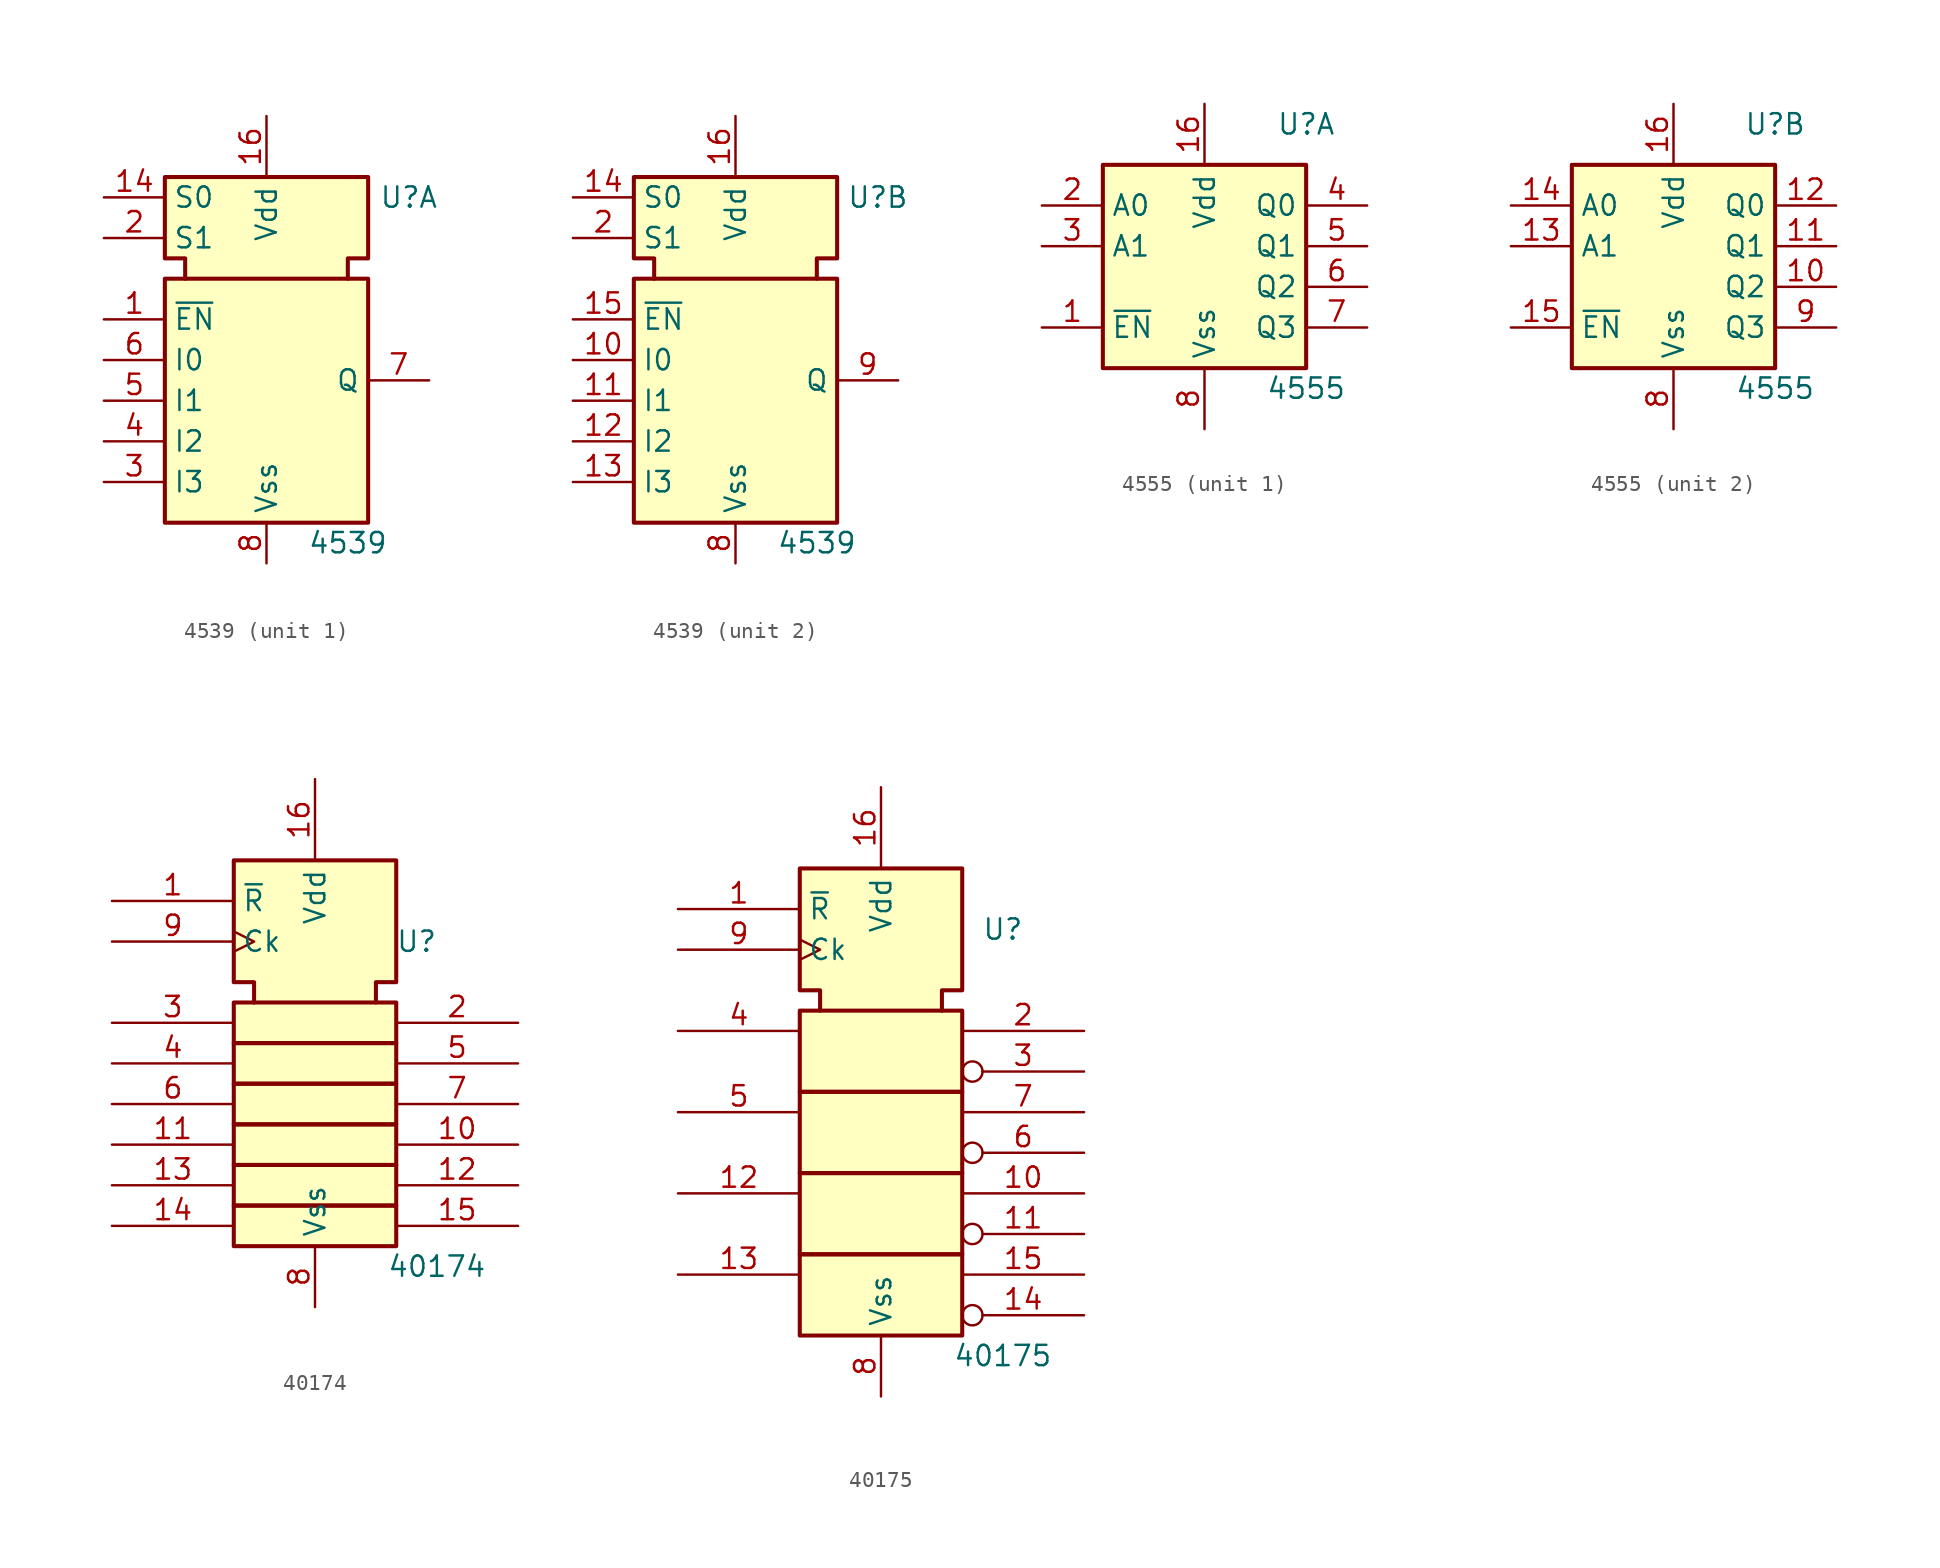
<source format=kicad_sym>
(kicad_symbol_lib
  (version 20241209)
  (generator "kicad_symbol_editor")
  (generator_version "9.0")
  (symbol "4539"
    (property "Reference" "U"
      (at 8.89 10.16 0)
      (effects (font (size 1.27 1.27))))
    (property "Value" "4539"
      (at 5.08 -11.43 0)
      (effects (font (size 1.27 1.27))))
    (symbol "4539_0_1"
      (rectangle (start -6.35 5.08) (end 6.35 -10.16) (stroke (width 0.254) (type default)) (fill (type background)))
      (polyline (pts (xy -5.08 5.08) (xy -5.08 6.35) (xy -6.35 6.35) (xy -6.35 11.43) (xy 6.35 11.43) (xy 6.35 6.35) (xy 5.08 6.35) (xy 5.08 5.08) (xy 5.08 5.08)) (stroke (width 0.254) (type default)) (fill (type background)))
      (pin input line (at -10.16 10.16 0) (length 3.81) (name "S0" (effects (font (size 1.27 1.27)))) (number "14" (effects (font (size 1.27 1.27)))))
      (pin input line (at -10.16 7.62 0) (length 3.81) (name "S1" (effects (font (size 1.27 1.27)))) (number "2" (effects (font (size 1.27 1.27)))))
      (pin power_in line (at 0 15.24 270) (length 3.81) (name "Vdd" (effects (font (size 1.27 1.27)))) (number "16" (effects (font (size 1.27 1.27)))))
      (pin power_in line (at 0 -12.7 90) (length 2.54) (name "Vss" (effects (font (size 1.27 1.27)))) (number "8" (effects (font (size 1.27 1.27))))))
    (symbol "4539_1_1"
      (pin input line (at -10.16 2.54 0) (length 3.81) (name "~{EN}" (effects (font (size 1.27 1.27)))) (number "1" (effects (font (size 1.27 1.27)))))
      (pin input line (at -10.16 0 0) (length 3.81) (name "I0" (effects (font (size 1.27 1.27)))) (number "6" (effects (font (size 1.27 1.27)))))
      (pin input line (at -10.16 -2.54 0) (length 3.81) (name "I1" (effects (font (size 1.27 1.27)))) (number "5" (effects (font (size 1.27 1.27)))))
      (pin input line (at -10.16 -5.08 0) (length 3.81) (name "I2" (effects (font (size 1.27 1.27)))) (number "4" (effects (font (size 1.27 1.27)))))
      (pin input line (at -10.16 -7.62 0) (length 3.81) (name "I3" (effects (font (size 1.27 1.27)))) (number "3" (effects (font (size 1.27 1.27)))))
      (pin output line (at 10.16 -1.27 180) (length 3.81) (name "Q" (effects (font (size 1.27 1.27)))) (number "7" (effects (font (size 1.27 1.27))))))
    (symbol "4539_2_1"
      (pin input line (at -10.16 2.54 0) (length 3.81) (name "~{EN}" (effects (font (size 1.27 1.27)))) (number "15" (effects (font (size 1.27 1.27)))))
      (pin input line (at -10.16 0 0) (length 3.81) (name "I0" (effects (font (size 1.27 1.27)))) (number "10" (effects (font (size 1.27 1.27)))))
      (pin input line (at -10.16 -2.54 0) (length 3.81) (name "I1" (effects (font (size 1.27 1.27)))) (number "11" (effects (font (size 1.27 1.27)))))
      (pin input line (at -10.16 -5.08 0) (length 3.81) (name "I2" (effects (font (size 1.27 1.27)))) (number "12" (effects (font (size 1.27 1.27)))))
      (pin input line (at -10.16 -7.62 0) (length 3.81) (name "I3" (effects (font (size 1.27 1.27)))) (number "13" (effects (font (size 1.27 1.27)))))
      (pin output line (at 10.16 -1.27 180) (length 3.81) (name "Q" (effects (font (size 1.27 1.27)))) (number "9" (effects (font (size 1.27 1.27)))))))
  (symbol "4555"
    (property "Reference" "U"
      (at 6.35 8.89 0)
      (effects (font (size 1.27 1.27))))
    (property "Value" "4555"
      (at 6.35 -7.62 0)
      (effects (font (size 1.27 1.27))))
    (symbol "4555_0_1"
      (rectangle (start -6.35 6.35) (end 6.35 -6.35) (stroke (width 0.254) (type default)) (fill (type background)))
      (pin power_in line (at 0 10.16 270) (length 3.81) (name "Vdd" (effects (font (size 1.27 1.27)))) (number "16" (effects (font (size 1.27 1.27)))))
      (pin power_in line (at 0 -10.16 90) (length 3.81) (name "Vss" (effects (font (size 1.27 1.27)))) (number "8" (effects (font (size 1.27 1.27))))))
    (symbol "4555_1_1"
      (pin input line (at -10.16 3.81 0) (length 3.81) (name "A0" (effects (font (size 1.27 1.27)))) (number "2" (effects (font (size 1.27 1.27)))))
      (pin input line (at -10.16 1.27 0) (length 3.81) (name "A1" (effects (font (size 1.27 1.27)))) (number "3" (effects (font (size 1.27 1.27)))))
      (pin input line (at -10.16 -3.81 0) (length 3.81) (name "~{EN}" (effects (font (size 1.27 1.27)))) (number "1" (effects (font (size 1.27 1.27)))))
      (pin output line (at 10.16 3.81 180) (length 3.81) (name "Q0" (effects (font (size 1.27 1.27)))) (number "4" (effects (font (size 1.27 1.27)))))
      (pin output line (at 10.16 1.27 180) (length 3.81) (name "Q1" (effects (font (size 1.27 1.27)))) (number "5" (effects (font (size 1.27 1.27)))))
      (pin output line (at 10.16 -1.27 180) (length 3.81) (name "Q2" (effects (font (size 1.27 1.27)))) (number "6" (effects (font (size 1.27 1.27)))))
      (pin output line (at 10.16 -3.81 180) (length 3.81) (name "Q3" (effects (font (size 1.27 1.27)))) (number "7" (effects (font (size 1.27 1.27))))))
    (symbol "4555_2_1"
      (pin input line (at -10.16 3.81 0) (length 3.81) (name "A0" (effects (font (size 1.27 1.27)))) (number "14" (effects (font (size 1.27 1.27)))))
      (pin input line (at -10.16 1.27 0) (length 3.81) (name "A1" (effects (font (size 1.27 1.27)))) (number "13" (effects (font (size 1.27 1.27)))))
      (pin input line (at -10.16 -3.81 0) (length 3.81) (name "~{EN}" (effects (font (size 1.27 1.27)))) (number "15" (effects (font (size 1.27 1.27)))))
      (pin output line (at 10.16 3.81 180) (length 3.81) (name "Q0" (effects (font (size 1.27 1.27)))) (number "12" (effects (font (size 1.27 1.27)))))
      (pin output line (at 10.16 1.27 180) (length 3.81) (name "Q1" (effects (font (size 1.27 1.27)))) (number "11" (effects (font (size 1.27 1.27)))))
      (pin output line (at 10.16 -1.27 180) (length 3.81) (name "Q2" (effects (font (size 1.27 1.27)))) (number "10" (effects (font (size 1.27 1.27)))))
      (pin output line (at 10.16 -3.81 180) (length 3.81) (name "Q3" (effects (font (size 1.27 1.27)))) (number "9" (effects (font (size 1.27 1.27)))))))
  (symbol "40174"
    (property "Reference" "U"
      (at 6.35 7.62 0)
      (effects (font (size 1.27 1.27))))
    (property "Value" "40174"
      (at 7.62 -12.7 0)
      (effects (font (size 1.27 1.27))))
    (symbol "40174_0_0"
      (pin input line (at -12.7 10.16 0) (length 7.62) (name "~{R}" (effects (font (size 1.27 1.27)))) (number "1" (effects (font (size 1.27 1.27)))))
      (pin input clock (at -12.7 7.62 0) (length 7.62) (name "Ck" (effects (font (size 1.27 1.27)))) (number "9" (effects (font (size 1.27 1.27)))))
      (pin power_in line (at 0 17.78 270) (length 5.08) (name "Vdd" (effects (font (size 1.27 1.27)))) (number "16" (effects (font (size 1.27 1.27)))))
      (pin power_in line (at 0 -15.24 90) (length 3.81) (name "Vss" (effects (font (size 1.27 1.27)))) (number "8" (effects (font (size 1.27 1.27))))))
    (symbol "40174_0_1"
      (rectangle (start -5.08 3.81) (end 5.08 1.27) (stroke (width 0.254) (type default)) (fill (type background)))
      (rectangle (start -5.08 1.27) (end 5.08 -1.27) (stroke (width 0.254) (type default)) (fill (type background)))
      (rectangle (start -5.08 -1.27) (end 5.08 -3.81) (stroke (width 0.254) (type default)) (fill (type background)))
      (rectangle (start -5.08 -3.81) (end 5.08 -6.35) (stroke (width 0.254) (type default)) (fill (type background)))
      (rectangle (start -5.08 -6.35) (end 5.08 -8.89) (stroke (width 0.254) (type default)) (fill (type background)))
      (rectangle (start -5.08 -8.89) (end 5.08 -11.43) (stroke (width 0.254) (type default)) (fill (type background)))
      (polyline (pts (xy -3.81 3.81) (xy -3.81 5.08) (xy -5.08 5.08) (xy -5.08 12.7) (xy 5.08 12.7) (xy 5.08 5.08) (xy 3.81 5.08) (xy 3.81 3.81) (xy 3.81 3.81)) (stroke (width 0.254) (type default)) (fill (type background))))
    (symbol "40174_1_0"
      (pin input line (at -12.7 2.54 0) (length 7.62) (name "~" (effects (font (size 1.27 1.27)))) (number "3" (effects (font (size 1.27 1.27)))))
      (pin input line (at -12.7 0 0) (length 7.62) (name "~" (effects (font (size 1.27 1.27)))) (number "4" (effects (font (size 1.27 1.27)))))
      (pin input line (at -12.7 -2.54 0) (length 7.62) (name "~" (effects (font (size 1.27 1.27)))) (number "6" (effects (font (size 1.27 1.27)))))
      (pin input line (at -12.7 -5.08 0) (length 7.62) (name "~" (effects (font (size 1.27 1.27)))) (number "11" (effects (font (size 1.27 1.27)))))
      (pin input line (at -12.7 -7.62 0) (length 7.62) (name "~" (effects (font (size 1.27 1.27)))) (number "13" (effects (font (size 1.27 1.27)))))
      (pin input line (at -12.7 -10.16 0) (length 7.62) (name "~" (effects (font (size 1.27 1.27)))) (number "14" (effects (font (size 1.27 1.27)))))
      (pin output line (at 12.7 2.54 180) (length 7.62) (name "~" (effects (font (size 1.27 1.27)))) (number "2" (effects (font (size 1.27 1.27)))))
      (pin output line (at 12.7 0 180) (length 7.62) (name "~" (effects (font (size 1.27 1.27)))) (number "5" (effects (font (size 1.27 1.27)))))
      (pin output line (at 12.7 -2.54 180) (length 7.62) (name "~" (effects (font (size 1.27 1.27)))) (number "7" (effects (font (size 1.27 1.27)))))
      (pin output line (at 12.7 -5.08 180) (length 7.62) (name "~" (effects (font (size 1.27 1.27)))) (number "10" (effects (font (size 1.27 1.27)))))
      (pin output line (at 12.7 -7.62 180) (length 7.62) (name "~" (effects (font (size 1.27 1.27)))) (number "12" (effects (font (size 1.27 1.27)))))
      (pin output line (at 12.7 -10.16 180) (length 7.62) (name "~" (effects (font (size 1.27 1.27)))) (number "15" (effects (font (size 1.27 1.27)))))))
  (symbol "40175"
    (property "Reference" "U"
      (at 7.62 11.43 0)
      (effects (font (size 1.27 1.27))))
    (property "Value" "40175"
      (at 7.62 -15.24 0)
      (effects (font (size 1.27 1.27))))
    (symbol "40175_0_1"
      (rectangle (start -5.08 1.27) (end 5.08 -3.81) (stroke (width 0.254) (type default)) (fill (type background)))
      (rectangle (start -5.08 -8.89) (end 5.08 -13.97) (stroke (width 0.254) (type default)) (fill (type background)))
      (polyline (pts (xy -3.81 6.35) (xy -3.81 7.62) (xy -5.08 7.62) (xy -5.08 15.24) (xy 5.08 15.24) (xy 5.08 7.62) (xy 3.81 7.62) (xy 3.81 6.35) (xy 3.81 6.35)) (stroke (width 0.254) (type default)) (fill (type background)))
      (rectangle (start 5.08 6.35) (end -5.08 1.27) (stroke (width 0.254) (type default)) (fill (type background)))
      (rectangle (start 5.08 -3.81) (end -5.08 -8.89) (stroke (width 0.254) (type default)) (fill (type background))))
    (symbol "40175_1_0"
      (pin input line (at -12.7 12.7 0) (length 7.62) (name "~{R}" (effects (font (size 1.27 1.27)))) (number "1" (effects (font (size 1.27 1.27)))))
      (pin input clock (at -12.7 10.16 0) (length 7.62) (name "Ck" (effects (font (size 1.27 1.27)))) (number "9" (effects (font (size 1.27 1.27)))))
      (pin input line (at -12.7 5.08 0) (length 7.62) (name "~" (effects (font (size 1.27 1.27)))) (number "4" (effects (font (size 1.27 1.27)))))
      (pin input line (at -12.7 0 0) (length 7.62) (name "~" (effects (font (size 1.27 1.27)))) (number "5" (effects (font (size 1.27 1.27)))))
      (pin input line (at -12.7 -5.08 0) (length 7.62) (name "~" (effects (font (size 1.27 1.27)))) (number "12" (effects (font (size 1.27 1.27)))))
      (pin input line (at -12.7 -10.16 0) (length 7.62) (name "~" (effects (font (size 1.27 1.27)))) (number "13" (effects (font (size 1.27 1.27)))))
      (pin power_in line (at 0 20.32 270) (length 5.08) (name "Vdd" (effects (font (size 1.27 1.27)))) (number "16" (effects (font (size 1.27 1.27)))))
      (pin power_in line (at 0 -17.78 90) (length 3.81) (name "Vss" (effects (font (size 1.27 1.27)))) (number "8" (effects (font (size 1.27 1.27)))))
      (pin output line (at 12.7 5.08 180) (length 7.62) (name "~" (effects (font (size 1.27 1.27)))) (number "2" (effects (font (size 1.27 1.27)))))
      (pin output inverted (at 12.7 2.54 180) (length 7.62) (name "~" (effects (font (size 1.27 1.27)))) (number "3" (effects (font (size 1.27 1.27)))))
      (pin output line (at 12.7 0 180) (length 7.62) (name "~" (effects (font (size 1.27 1.27)))) (number "7" (effects (font (size 1.27 1.27)))))
      (pin output inverted (at 12.7 -2.54 180) (length 7.62) (name "~" (effects (font (size 1.27 1.27)))) (number "6" (effects (font (size 1.27 1.27)))))
      (pin output line (at 12.7 -5.08 180) (length 7.62) (name "~" (effects (font (size 1.27 1.27)))) (number "10" (effects (font (size 1.27 1.27)))))
      (pin output inverted (at 12.7 -7.62 180) (length 7.62) (name "~" (effects (font (size 1.27 1.27)))) (number "11" (effects (font (size 1.27 1.27)))))
      (pin output line (at 12.7 -10.16 180) (length 7.62) (name "~" (effects (font (size 1.27 1.27)))) (number "15" (effects (font (size 1.27 1.27)))))
      (pin output inverted (at 12.7 -12.7 180) (length 7.62) (name "~" (effects (font (size 1.27 1.27)))) (number "14" (effects (font (size 1.27 1.27))))))))
</source>
